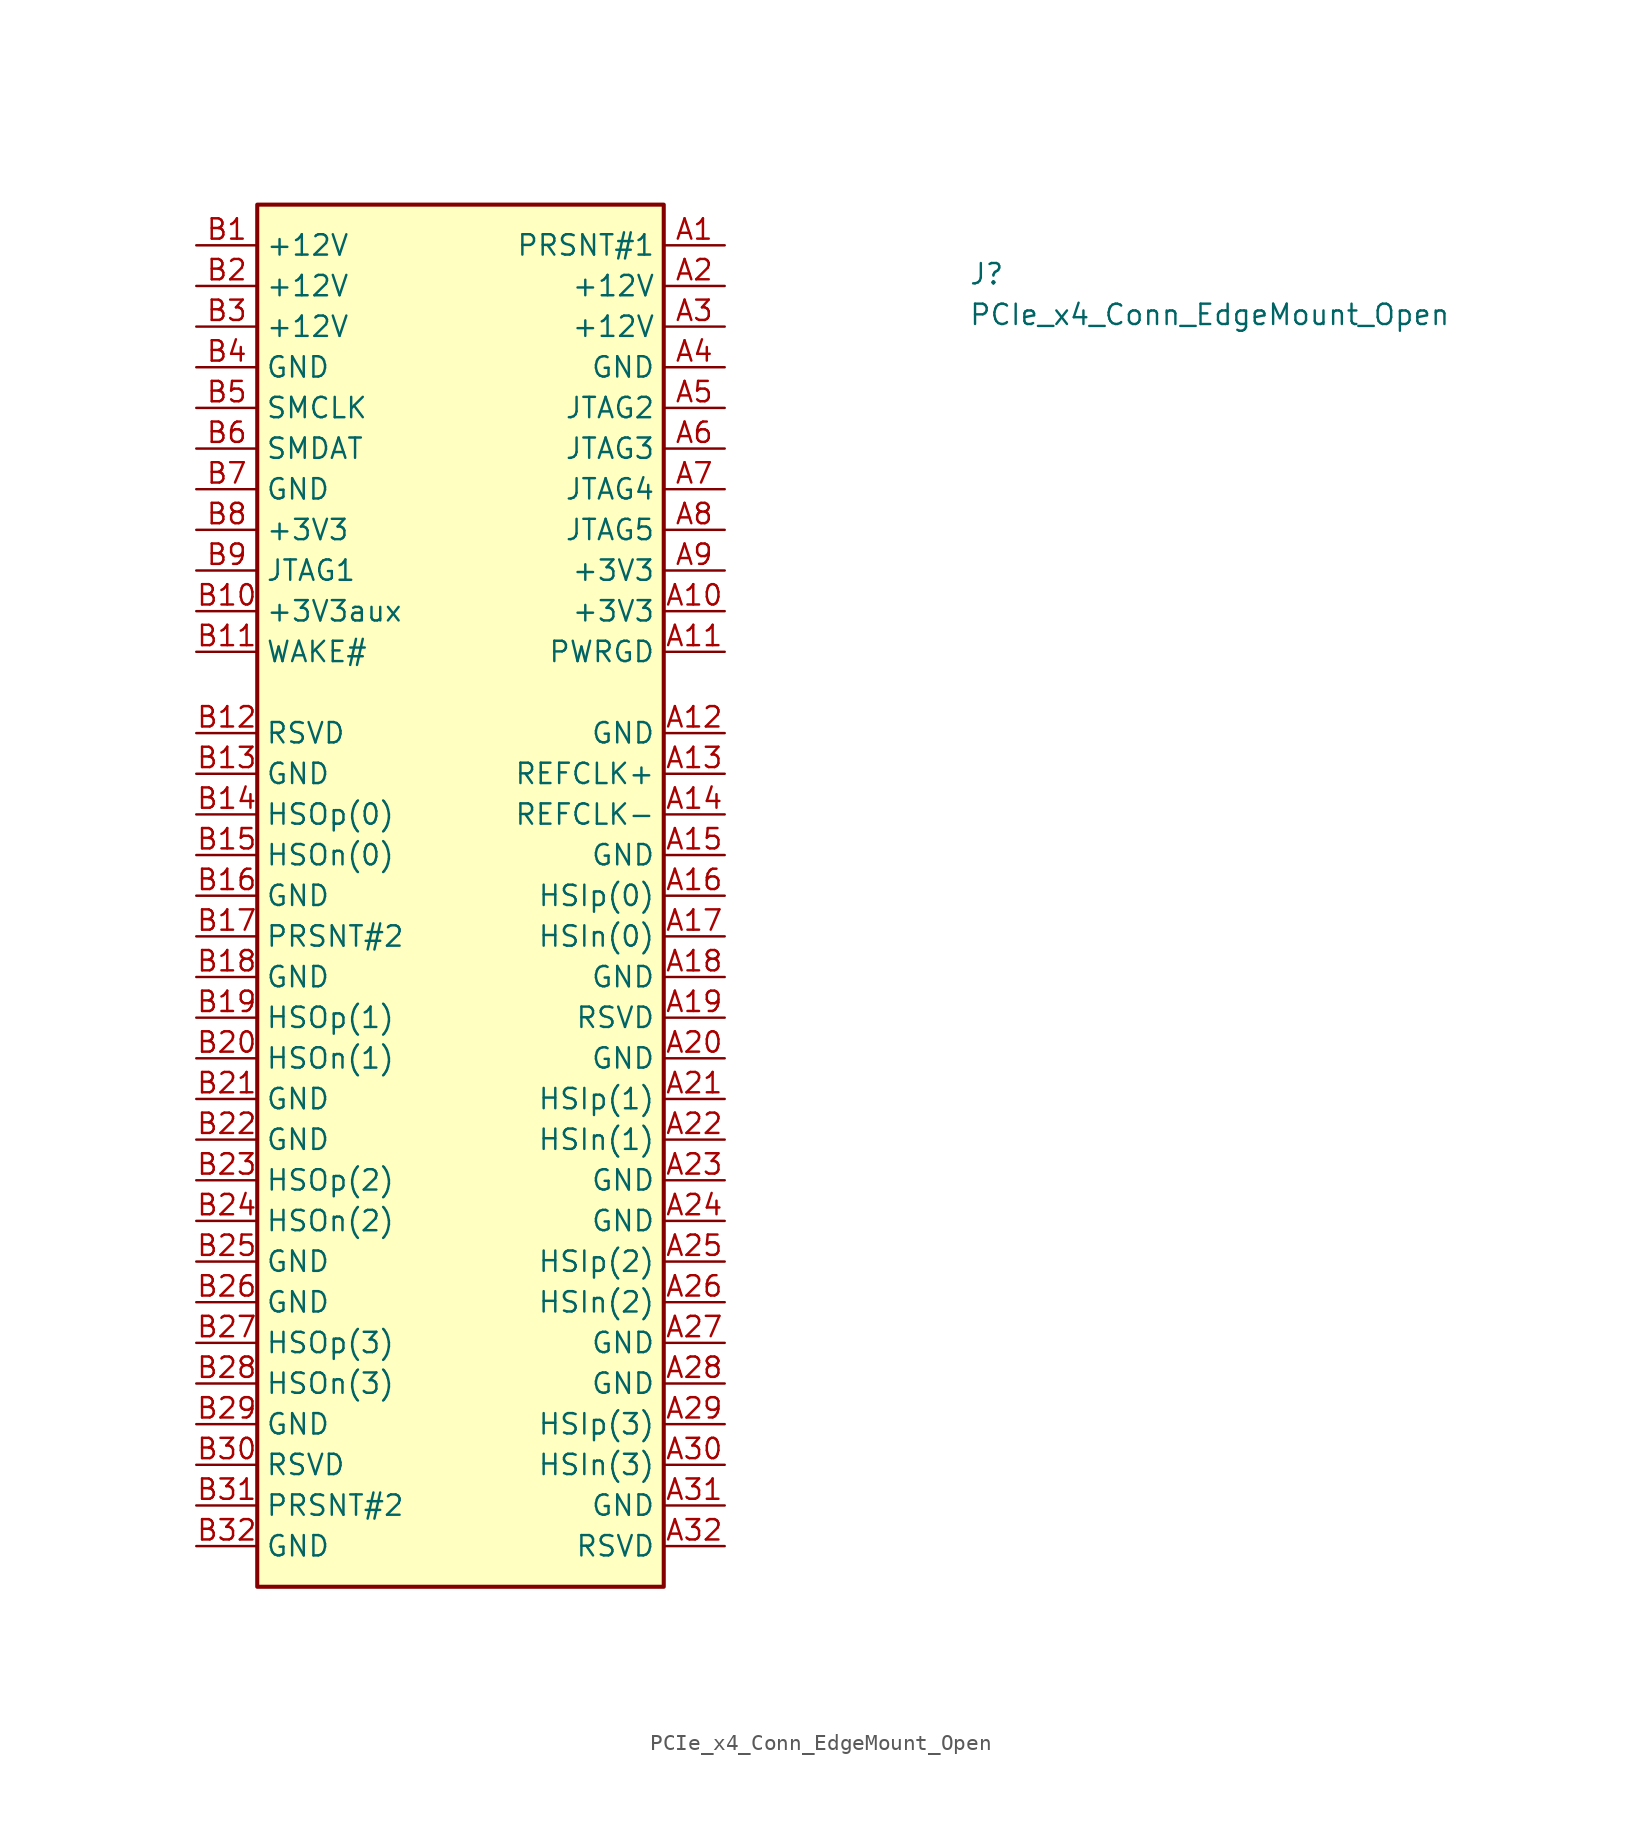
<source format=kicad_sym>
(kicad_symbol_lib
  (version 20211014)
  (generator kicad_symbol_editor)
  (symbol "PCIe_x4_Conn_EdgeMount_Open"
    (property "Reference" "J"
      (at 48.26 -2.54 0)
      (effects (font (size 1.27 1.27) (thickness 0.15)) (justify left bottom)))
    (property "Value" "PCIe_x4_Conn_EdgeMount_Open"
      (at 48.26 -5.08 0)
      (effects (font (size 1.27 1.27) (thickness 0.15)) (justify left bottom)))
    (symbol "PCIe_x4_Conn_EdgeMount_Open_0_1"
      (rectangle (start 3.81 2.54) (end 29.21 -83.82) (stroke (width 0.254) (type default) (color 0 0 0 0)) (fill (type background))))
    (symbol "PCIe_x4_Conn_EdgeMount_Open_1_1"
      (pin passive line (at 33.02 0 180) (length 3.81) (name "PRSNT#1" (effects (font (size 1.27 1.27)))) (number "A1" (effects (font (size 1.27 1.27)))))
      (pin passive line (at 33.02 -22.86 180) (length 3.81) (name "+3V3" (effects (font (size 1.27 1.27)))) (number "A10" (effects (font (size 1.27 1.27)))))
      (pin passive line (at 33.02 -25.4 180) (length 3.81) (name "PWRGD" (effects (font (size 1.27 1.27)))) (number "A11" (effects (font (size 1.27 1.27)))))
      (pin passive line (at 33.02 -30.48 180) (length 3.81) (name "GND" (effects (font (size 1.27 1.27)))) (number "A12" (effects (font (size 1.27 1.27)))))
      (pin passive line (at 33.02 -33.02 180) (length 3.81) (name "REFCLK+" (effects (font (size 1.27 1.27)))) (number "A13" (effects (font (size 1.27 1.27)))))
      (pin passive line (at 33.02 -35.56 180) (length 3.81) (name "REFCLK-" (effects (font (size 1.27 1.27)))) (number "A14" (effects (font (size 1.27 1.27)))))
      (pin passive line (at 33.02 -38.1 180) (length 3.81) (name "GND" (effects (font (size 1.27 1.27)))) (number "A15" (effects (font (size 1.27 1.27)))))
      (pin passive line (at 33.02 -40.64 180) (length 3.81) (name "HSIp(0)" (effects (font (size 1.27 1.27)))) (number "A16" (effects (font (size 1.27 1.27)))))
      (pin passive line (at 33.02 -43.18 180) (length 3.81) (name "HSIn(0)" (effects (font (size 1.27 1.27)))) (number "A17" (effects (font (size 1.27 1.27)))))
      (pin passive line (at 33.02 -45.72 180) (length 3.81) (name "GND" (effects (font (size 1.27 1.27)))) (number "A18" (effects (font (size 1.27 1.27)))))
      (pin passive line (at 33.02 -48.26 180) (length 3.81) (name "RSVD" (effects (font (size 1.27 1.27)))) (number "A19" (effects (font (size 1.27 1.27)))))
      (pin passive line (at 33.02 -2.54 180) (length 3.81) (name "+12V" (effects (font (size 1.27 1.27)))) (number "A2" (effects (font (size 1.27 1.27)))))
      (pin passive line (at 33.02 -50.8 180) (length 3.81) (name "GND" (effects (font (size 1.27 1.27)))) (number "A20" (effects (font (size 1.27 1.27)))))
      (pin passive line (at 33.02 -53.34 180) (length 3.81) (name "HSIp(1)" (effects (font (size 1.27 1.27)))) (number "A21" (effects (font (size 1.27 1.27)))))
      (pin passive line (at 33.02 -55.88 180) (length 3.81) (name "HSIn(1)" (effects (font (size 1.27 1.27)))) (number "A22" (effects (font (size 1.27 1.27)))))
      (pin passive line (at 33.02 -58.42 180) (length 3.81) (name "GND" (effects (font (size 1.27 1.27)))) (number "A23" (effects (font (size 1.27 1.27)))))
      (pin passive line (at 33.02 -60.96 180) (length 3.81) (name "GND" (effects (font (size 1.27 1.27)))) (number "A24" (effects (font (size 1.27 1.27)))))
      (pin passive line (at 33.02 -63.5 180) (length 3.81) (name "HSIp(2)" (effects (font (size 1.27 1.27)))) (number "A25" (effects (font (size 1.27 1.27)))))
      (pin passive line (at 33.02 -66.04 180) (length 3.81) (name "HSIn(2)" (effects (font (size 1.27 1.27)))) (number "A26" (effects (font (size 1.27 1.27)))))
      (pin passive line (at 33.02 -68.58 180) (length 3.81) (name "GND" (effects (font (size 1.27 1.27)))) (number "A27" (effects (font (size 1.27 1.27)))))
      (pin input line (at 33.02 -71.12 180) (length 3.81) (name "GND" (effects (font (size 1.27 1.27)))) (number "A28" (effects (font (size 1.27 1.27)))))
      (pin passive line (at 33.02 -73.66 180) (length 3.81) (name "HSIp(3)" (effects (font (size 1.27 1.27)))) (number "A29" (effects (font (size 1.27 1.27)))))
      (pin passive line (at 33.02 -5.08 180) (length 3.81) (name "+12V" (effects (font (size 1.27 1.27)))) (number "A3" (effects (font (size 1.27 1.27)))))
      (pin passive line (at 33.02 -76.2 180) (length 3.81) (name "HSIn(3)" (effects (font (size 1.27 1.27)))) (number "A30" (effects (font (size 1.27 1.27)))))
      (pin passive line (at 33.02 -78.74 180) (length 3.81) (name "GND" (effects (font (size 1.27 1.27)))) (number "A31" (effects (font (size 1.27 1.27)))))
      (pin passive line (at 33.02 -81.28 180) (length 3.81) (name "RSVD" (effects (font (size 1.27 1.27)))) (number "A32" (effects (font (size 1.27 1.27)))))
      (pin passive line (at 33.02 -7.62 180) (length 3.81) (name "GND" (effects (font (size 1.27 1.27)))) (number "A4" (effects (font (size 1.27 1.27)))))
      (pin passive line (at 33.02 -10.16 180) (length 3.81) (name "JTAG2" (effects (font (size 1.27 1.27)))) (number "A5" (effects (font (size 1.27 1.27)))))
      (pin passive line (at 33.02 -12.7 180) (length 3.81) (name "JTAG3" (effects (font (size 1.27 1.27)))) (number "A6" (effects (font (size 1.27 1.27)))))
      (pin passive line (at 33.02 -15.24 180) (length 3.81) (name "JTAG4" (effects (font (size 1.27 1.27)))) (number "A7" (effects (font (size 1.27 1.27)))))
      (pin passive line (at 33.02 -17.78 180) (length 3.81) (name "JTAG5" (effects (font (size 1.27 1.27)))) (number "A8" (effects (font (size 1.27 1.27)))))
      (pin passive line (at 33.02 -20.32 180) (length 3.81) (name "+3V3" (effects (font (size 1.27 1.27)))) (number "A9" (effects (font (size 1.27 1.27)))))
      (pin passive line (at 0 0 0) (length 3.81) (name "+12V" (effects (font (size 1.27 1.27)))) (number "B1" (effects (font (size 1.27 1.27)))))
      (pin passive line (at 0 -22.86 0) (length 3.81) (name "+3V3aux" (effects (font (size 1.27 1.27)))) (number "B10" (effects (font (size 1.27 1.27)))))
      (pin passive line (at 0 -25.4 0) (length 3.81) (name "WAKE#" (effects (font (size 1.27 1.27)))) (number "B11" (effects (font (size 1.27 1.27)))))
      (pin passive line (at 0 -30.48 0) (length 3.81) (name "RSVD" (effects (font (size 1.27 1.27)))) (number "B12" (effects (font (size 1.27 1.27)))))
      (pin passive line (at 0 -33.02 0) (length 3.81) (name "GND" (effects (font (size 1.27 1.27)))) (number "B13" (effects (font (size 1.27 1.27)))))
      (pin passive line (at 0 -35.56 0) (length 3.81) (name "HSOp(0)" (effects (font (size 1.27 1.27)))) (number "B14" (effects (font (size 1.27 1.27)))))
      (pin passive line (at 0 -38.1 0) (length 3.81) (name "HSOn(0)" (effects (font (size 1.27 1.27)))) (number "B15" (effects (font (size 1.27 1.27)))))
      (pin passive line (at 0 -40.64 0) (length 3.81) (name "GND" (effects (font (size 1.27 1.27)))) (number "B16" (effects (font (size 1.27 1.27)))))
      (pin passive line (at 0 -43.18 0) (length 3.81) (name "PRSNT#2" (effects (font (size 1.27 1.27)))) (number "B17" (effects (font (size 1.27 1.27)))))
      (pin passive line (at 0 -45.72 0) (length 3.81) (name "GND" (effects (font (size 1.27 1.27)))) (number "B18" (effects (font (size 1.27 1.27)))))
      (pin passive line (at 0 -48.26 0) (length 3.81) (name "HSOp(1)" (effects (font (size 1.27 1.27)))) (number "B19" (effects (font (size 1.27 1.27)))))
      (pin passive line (at 0 -2.54 0) (length 3.81) (name "+12V" (effects (font (size 1.27 1.27)))) (number "B2" (effects (font (size 1.27 1.27)))))
      (pin passive line (at 0 -50.8 0) (length 3.81) (name "HSOn(1)" (effects (font (size 1.27 1.27)))) (number "B20" (effects (font (size 1.27 1.27)))))
      (pin passive line (at 0 -53.34 0) (length 3.81) (name "GND" (effects (font (size 1.27 1.27)))) (number "B21" (effects (font (size 1.27 1.27)))))
      (pin passive line (at 0 -55.88 0) (length 3.81) (name "GND" (effects (font (size 1.27 1.27)))) (number "B22" (effects (font (size 1.27 1.27)))))
      (pin passive line (at 0 -58.42 0) (length 3.81) (name "HSOp(2)" (effects (font (size 1.27 1.27)))) (number "B23" (effects (font (size 1.27 1.27)))))
      (pin passive line (at 0 -60.96 0) (length 3.81) (name "HSOn(2)" (effects (font (size 1.27 1.27)))) (number "B24" (effects (font (size 1.27 1.27)))))
      (pin passive line (at 0 -63.5 0) (length 3.81) (name "GND" (effects (font (size 1.27 1.27)))) (number "B25" (effects (font (size 1.27 1.27)))))
      (pin passive line (at 0 -66.04 0) (length 3.81) (name "GND" (effects (font (size 1.27 1.27)))) (number "B26" (effects (font (size 1.27 1.27)))))
      (pin passive line (at 0 -68.58 0) (length 3.81) (name "HSOp(3)" (effects (font (size 1.27 1.27)))) (number "B27" (effects (font (size 1.27 1.27)))))
      (pin passive line (at 0 -71.12 0) (length 3.81) (name "HSOn(3)" (effects (font (size 1.27 1.27)))) (number "B28" (effects (font (size 1.27 1.27)))))
      (pin passive line (at 0 -73.66 0) (length 3.81) (name "GND" (effects (font (size 1.27 1.27)))) (number "B29" (effects (font (size 1.27 1.27)))))
      (pin passive line (at 0 -5.08 0) (length 3.81) (name "+12V" (effects (font (size 1.27 1.27)))) (number "B3" (effects (font (size 1.27 1.27)))))
      (pin passive line (at 0 -76.2 0) (length 3.81) (name "RSVD" (effects (font (size 1.27 1.27)))) (number "B30" (effects (font (size 1.27 1.27)))))
      (pin passive line (at 0 -78.74 0) (length 3.81) (name "PRSNT#2" (effects (font (size 1.27 1.27)))) (number "B31" (effects (font (size 1.27 1.27)))))
      (pin passive line (at 0 -81.28 0) (length 3.81) (name "GND" (effects (font (size 1.27 1.27)))) (number "B32" (effects (font (size 1.27 1.27)))))
      (pin passive line (at 0 -7.62 0) (length 3.81) (name "GND" (effects (font (size 1.27 1.27)))) (number "B4" (effects (font (size 1.27 1.27)))))
      (pin passive line (at 0 -10.16 0) (length 3.81) (name "SMCLK" (effects (font (size 1.27 1.27)))) (number "B5" (effects (font (size 1.27 1.27)))))
      (pin passive line (at 0 -12.7 0) (length 3.81) (name "SMDAT" (effects (font (size 1.27 1.27)))) (number "B6" (effects (font (size 1.27 1.27)))))
      (pin passive line (at 0 -15.24 0) (length 3.81) (name "GND" (effects (font (size 1.27 1.27)))) (number "B7" (effects (font (size 1.27 1.27)))))
      (pin passive line (at 0 -17.78 0) (length 3.81) (name "+3V3" (effects (font (size 1.27 1.27)))) (number "B8" (effects (font (size 1.27 1.27)))))
      (pin passive line (at 0 -20.32 0) (length 3.81) (name "JTAG1" (effects (font (size 1.27 1.27)))) (number "B9" (effects (font (size 1.27 1.27))))))))
</source>
